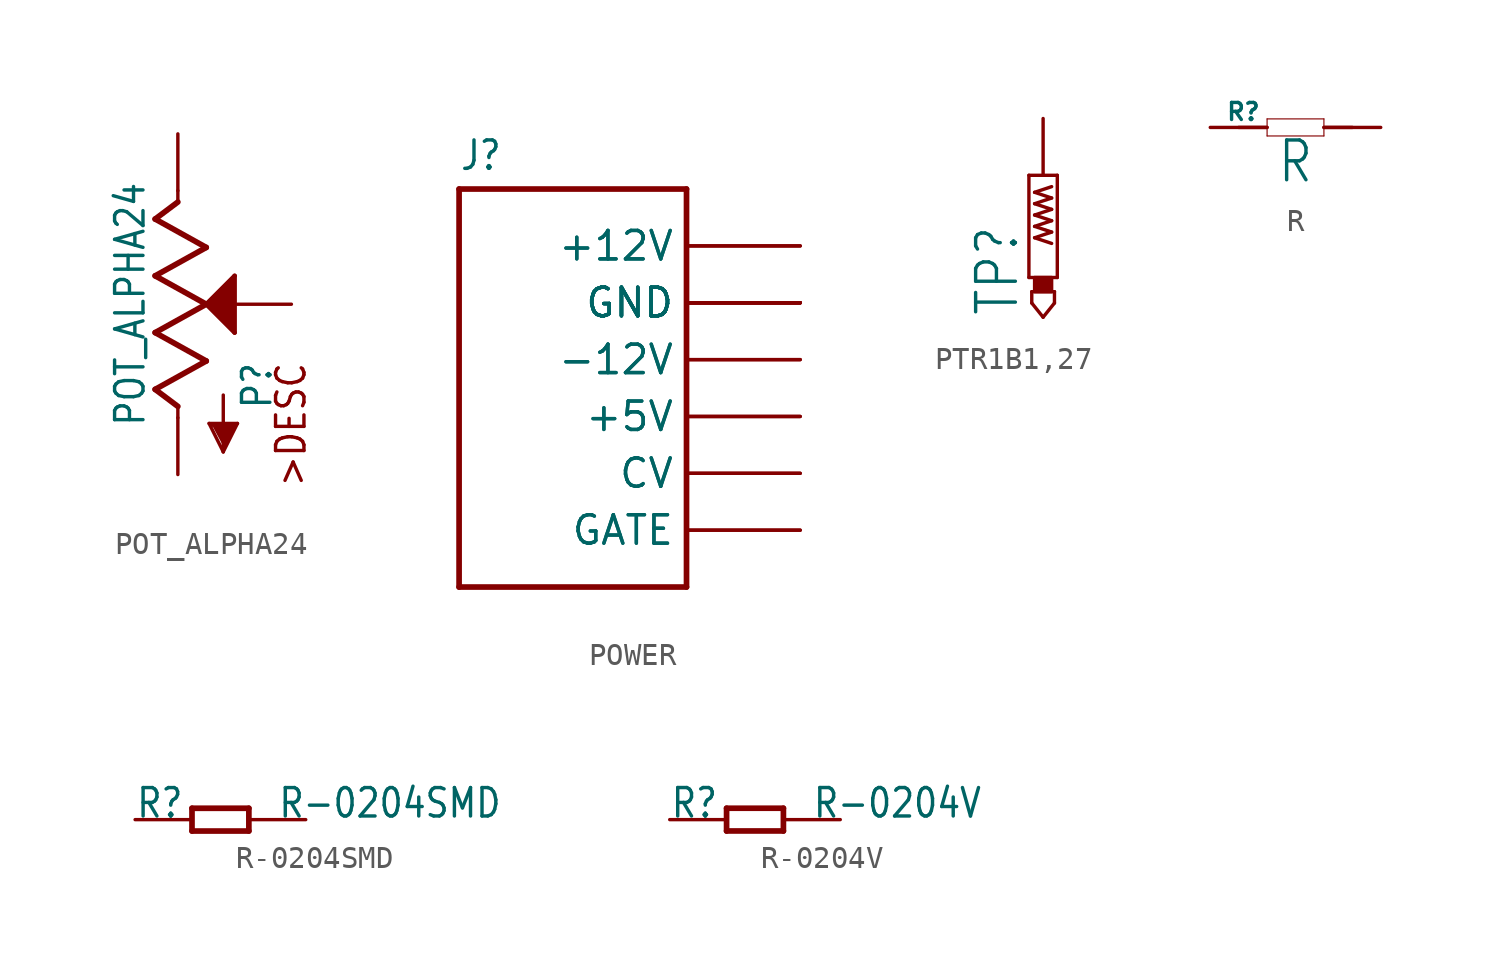
<source format=kicad_sym>
(kicad_symbol_lib
  (version 20211014)
  (generator kicad_symbol_editor)
  (symbol "POT_ALPHA24"
    (property "Reference" "P"
      (at 2.794 -2.54 90)
      (effects (font (size 1.27 1.079)) (justify right top)))
    (property "Value" "POT_ALPHA24"
      (at -1.397 0 90)
      (effects (font (size 1.27 1.079)) (justify bottom)))
    (property "ki_locked" ""
      (at 0 0 0)
      (effects (font (size 1.27 1.27))))
    (symbol "POT_ALPHA24_1_0"
      (polyline (pts (xy -1.016 -3.81) (xy 1.27 -2.54)) (stroke (width 0.254) (type default) (color 0 0 0 0)) (fill (type none)))
      (polyline (pts (xy -1.016 -1.27) (xy 1.27 0)) (stroke (width 0.254) (type default) (color 0 0 0 0)) (fill (type none)))
      (polyline (pts (xy -1.016 1.27) (xy 1.27 2.54)) (stroke (width 0.254) (type default) (color 0 0 0 0)) (fill (type none)))
      (polyline (pts (xy -1.016 3.81) (xy 0 4.572)) (stroke (width 0.254) (type default) (color 0 0 0 0)) (fill (type none)))
      (polyline (pts (xy 0 -5.08) (xy 0 -4.572)) (stroke (width 0.152) (type default) (color 0 0 0 0)) (fill (type none)))
      (polyline (pts (xy 0 -4.572) (xy -1.016 -3.81)) (stroke (width 0.254) (type default) (color 0 0 0 0)) (fill (type none)))
      (polyline (pts (xy 0 4.572) (xy 0 5.08)) (stroke (width 0.152) (type default) (color 0 0 0 0)) (fill (type none)))
      (polyline (pts (xy 1.27 -2.54) (xy -1.016 -1.27)) (stroke (width 0.254) (type default) (color 0 0 0 0)) (fill (type none)))
      (polyline (pts (xy 1.27 0) (xy -1.016 1.27)) (stroke (width 0.254) (type default) (color 0 0 0 0)) (fill (type none)))
      (polyline (pts (xy 1.27 0) (xy 2.54 1.27)) (stroke (width 0.203) (type default) (color 0 0 0 0)) (fill (type none)))
      (polyline (pts (xy 1.27 2.54) (xy -1.016 3.81)) (stroke (width 0.254) (type default) (color 0 0 0 0)) (fill (type none)))
      (polyline (pts (xy 1.397 -5.334) (xy 2.032 -6.604)) (stroke (width 0.152) (type default) (color 0 0 0 0)) (fill (type none)))
      (polyline (pts (xy 2.032 -6.604) (xy 2.667 -5.334)) (stroke (width 0.152) (type default) (color 0 0 0 0)) (fill (type none)))
      (polyline (pts (xy 2.032 -4.064) (xy 2.032 -6.604)) (stroke (width 0.152) (type default) (color 0 0 0 0)) (fill (type none)))
      (polyline (pts (xy 2.54 -1.27) (xy 1.27 0)) (stroke (width 0.203) (type default) (color 0 0 0 0)) (fill (type none)))
      (polyline (pts (xy 2.54 1.27) (xy 2.54 -1.27)) (stroke (width 0.203) (type default) (color 0 0 0 0)) (fill (type none)))
      (polyline (pts (xy 2.667 -5.334) (xy 1.397 -5.334)) (stroke (width 0.152) (type default) (color 0 0 0 0)) (fill (type none)))
      (polyline (pts (xy 1.524 -5.41) (xy 2.54 -5.41) (xy 2.032 -6.35)) (stroke (width 0) (type default) (color 0 0 0 0)) (fill (type outline)))
      (polyline (pts (xy 2.54 1.27) (xy 1.27 0) (xy 2.54 -1.27)) (stroke (width 0) (type default) (color 0 0 0 0)) (fill (type outline)))
      (text ">DESC" (at 4.318 -2.54 900) (effects (font (size 1.27 1.079)) (justify right top)))
      (pin passive line (at 0 7.62 270) (length 2.54) (name "E" (effects (font (size 0 0)))) (number "P$1" (effects (font (size 0 0)))))
      (pin passive line (at 5.08 0 180) (length 2.54) (name "S" (effects (font (size 0 0)))) (number "P$2" (effects (font (size 0 0)))))
      (pin passive line (at 0 -7.62 90) (length 2.54) (name "A" (effects (font (size 0 0)))) (number "P$3" (effects (font (size 0 0)))))))
  (symbol "POWER"
    (property "Reference" "J"
      (at -5.08 8.382 0)
      (effects (font (size 1.27 1.079)) (justify left bottom)))
    (property "ki_locked" ""
      (at 0 0 0)
      (effects (font (size 1.27 1.27))))
    (symbol "POWER_1_0"
      (polyline (pts (xy -5.08 -10.16) (xy 5.08 -10.16)) (stroke (width 0.254) (type default) (color 0 0 0 0)) (fill (type none)))
      (polyline (pts (xy -5.08 7.62) (xy -5.08 -10.16)) (stroke (width 0.254) (type default) (color 0 0 0 0)) (fill (type none)))
      (polyline (pts (xy 5.08 -10.16) (xy 5.08 7.62)) (stroke (width 0.254) (type default) (color 0 0 0 0)) (fill (type none)))
      (polyline (pts (xy 5.08 7.62) (xy -5.08 7.62)) (stroke (width 0.254) (type default) (color 0 0 0 0)) (fill (type none)))
      (pin bidirectional line (at 10.16 0 180) (length 5.08) (name "-12V" (effects (font (size 1.27 1.27)))) (number "1" (effects (font (size 0 0)))))
      (pin bidirectional line (at 10.16 5.08 180) (length 5.08) (name "+12V" (effects (font (size 1.27 1.27)))) (number "10" (effects (font (size 0 0)))))
      (pin bidirectional line (at 10.16 -2.54 180) (length 5.08) (name "+5V" (effects (font (size 1.27 1.27)))) (number "11" (effects (font (size 0 0)))))
      (pin bidirectional line (at 10.16 -2.54 180) (length 5.08) (name "+5V" (effects (font (size 1.27 1.27)))) (number "12" (effects (font (size 0 0)))))
      (pin bidirectional line (at 10.16 -5.08 180) (length 5.08) (name "CV" (effects (font (size 1.27 1.27)))) (number "13" (effects (font (size 0 0)))))
      (pin bidirectional line (at 10.16 -5.08 180) (length 5.08) (name "CV" (effects (font (size 1.27 1.27)))) (number "14" (effects (font (size 0 0)))))
      (pin bidirectional line (at 10.16 -7.62 180) (length 5.08) (name "GATE" (effects (font (size 1.27 1.27)))) (number "15" (effects (font (size 0 0)))))
      (pin bidirectional line (at 10.16 -7.62 180) (length 5.08) (name "GATE" (effects (font (size 1.27 1.27)))) (number "16" (effects (font (size 0 0)))))
      (pin bidirectional line (at 10.16 0 180) (length 5.08) (name "-12V" (effects (font (size 1.27 1.27)))) (number "2" (effects (font (size 0 0)))))
      (pin bidirectional line (at 10.16 2.54 180) (length 5.08) (name "GND" (effects (font (size 1.27 1.27)))) (number "3" (effects (font (size 0 0)))))
      (pin bidirectional line (at 10.16 2.54 180) (length 5.08) (name "GND" (effects (font (size 1.27 1.27)))) (number "4" (effects (font (size 0 0)))))
      (pin bidirectional line (at 10.16 2.54 180) (length 5.08) (name "GND" (effects (font (size 1.27 1.27)))) (number "5" (effects (font (size 0 0)))))
      (pin bidirectional line (at 10.16 2.54 180) (length 5.08) (name "GND" (effects (font (size 1.27 1.27)))) (number "6" (effects (font (size 0 0)))))
      (pin bidirectional line (at 10.16 2.54 180) (length 5.08) (name "GND" (effects (font (size 1.27 1.27)))) (number "7" (effects (font (size 0 0)))))
      (pin bidirectional line (at 10.16 2.54 180) (length 5.08) (name "GND" (effects (font (size 1.27 1.27)))) (number "8" (effects (font (size 0 0)))))
      (pin bidirectional line (at 10.16 5.08 180) (length 5.08) (name "+12V" (effects (font (size 1.27 1.27)))) (number "9" (effects (font (size 0 0)))))))
  (symbol "PTR1B1,27"
    (property "Reference" "TP"
      (at -1.016 -6.35 90)
      (effects (font (size 1.778 1.511)) (justify left bottom)))
    (property "ki_locked" ""
      (at 0 0 0)
      (effects (font (size 1.27 1.27))))
    (symbol "PTR1B1,27_1_0"
      (rectangle (start -0.381 -5.207) (end 0.381 -4.572) (stroke (width 0) (type default) (color 0 0 0 0)) (fill (type outline)))
      (polyline (pts (xy -0.635 0) (xy -0.635 -4.572)) (stroke (width 0.152) (type default) (color 0 0 0 0)) (fill (type none)))
      (polyline (pts (xy -0.508 -5.715) (xy 0 -6.35)) (stroke (width 0.152) (type default) (color 0 0 0 0)) (fill (type none)))
      (polyline (pts (xy -0.508 -5.207) (xy -0.508 -5.715)) (stroke (width 0.152) (type default) (color 0 0 0 0)) (fill (type none)))
      (polyline (pts (xy -0.381 -2.794) (xy 0.381 -2.54)) (stroke (width 0.152) (type default) (color 0 0 0 0)) (fill (type none)))
      (polyline (pts (xy -0.381 -2.286) (xy 0.381 -2.032)) (stroke (width 0.152) (type default) (color 0 0 0 0)) (fill (type none)))
      (polyline (pts (xy -0.381 -1.778) (xy 0.381 -1.524)) (stroke (width 0.152) (type default) (color 0 0 0 0)) (fill (type none)))
      (polyline (pts (xy -0.381 -1.27) (xy 0.381 -1.016)) (stroke (width 0.152) (type default) (color 0 0 0 0)) (fill (type none)))
      (polyline (pts (xy -0.381 -0.762) (xy 0.381 -0.508)) (stroke (width 0.152) (type default) (color 0 0 0 0)) (fill (type none)))
      (polyline (pts (xy 0 -6.35) (xy 0.508 -5.715)) (stroke (width 0.152) (type default) (color 0 0 0 0)) (fill (type none)))
      (polyline (pts (xy 0.381 -3.048) (xy -0.381 -2.794)) (stroke (width 0.152) (type default) (color 0 0 0 0)) (fill (type none)))
      (polyline (pts (xy 0.381 -2.54) (xy -0.381 -2.286)) (stroke (width 0.152) (type default) (color 0 0 0 0)) (fill (type none)))
      (polyline (pts (xy 0.381 -2.032) (xy -0.381 -1.778)) (stroke (width 0.152) (type default) (color 0 0 0 0)) (fill (type none)))
      (polyline (pts (xy 0.381 -1.524) (xy -0.381 -1.27)) (stroke (width 0.152) (type default) (color 0 0 0 0)) (fill (type none)))
      (polyline (pts (xy 0.381 -1.016) (xy -0.381 -0.762)) (stroke (width 0.152) (type default) (color 0 0 0 0)) (fill (type none)))
      (polyline (pts (xy 0.508 -5.715) (xy 0.508 -5.207)) (stroke (width 0.152) (type default) (color 0 0 0 0)) (fill (type none)))
      (polyline (pts (xy 0.508 -5.207) (xy -0.508 -5.207)) (stroke (width 0.152) (type default) (color 0 0 0 0)) (fill (type none)))
      (polyline (pts (xy 0.635 -4.572) (xy -0.635 -4.572)) (stroke (width 0.152) (type default) (color 0 0 0 0)) (fill (type none)))
      (polyline (pts (xy 0.635 -4.572) (xy 0.635 0)) (stroke (width 0.152) (type default) (color 0 0 0 0)) (fill (type none)))
      (polyline (pts (xy 0.635 0) (xy -0.635 0)) (stroke (width 0.152) (type default) (color 0 0 0 0)) (fill (type none)))
      (pin input line (at 0 2.54 270) (length 2.54) (name "TP" (effects (font (size 0 0)))) (number "TP" (effects (font (size 0 0)))))))
  (symbol "R"
    (property "Reference" "R"
      (at -1.524 0.254 0)
      (effects (font (size 0.762 0.762)) (justify right bottom)))
    (property "Value" "R"
      (at 0 -1.524 0)
      (effects (font (size 1.778 1.511))))
    (property "ki_locked" ""
      (at 0 0 0)
      (effects (font (size 1.27 1.27))))
    (symbol "R_1_0"
      (polyline (pts (xy -1.27 -0.381) (xy -1.27 0)) (stroke (width 0.051) (type default) (color 0 0 0 0)) (fill (type none)))
      (polyline (pts (xy -1.27 0) (xy -2.54 0)) (stroke (width 0.152) (type default) (color 0 0 0 0)) (fill (type none)))
      (polyline (pts (xy -1.27 0.381) (xy -1.27 0)) (stroke (width 0.051) (type default) (color 0 0 0 0)) (fill (type none)))
      (polyline (pts (xy -1.27 0.381) (xy 1.27 0.381)) (stroke (width 0.051) (type default) (color 0 0 0 0)) (fill (type none)))
      (polyline (pts (xy 1.27 -0.381) (xy -1.27 -0.381)) (stroke (width 0.051) (type default) (color 0 0 0 0)) (fill (type none)))
      (polyline (pts (xy 1.27 0) (xy 1.27 -0.381)) (stroke (width 0.051) (type default) (color 0 0 0 0)) (fill (type none)))
      (polyline (pts (xy 1.27 0) (xy 2.54 0)) (stroke (width 0.152) (type default) (color 0 0 0 0)) (fill (type none)))
      (polyline (pts (xy 1.27 0.381) (xy 1.27 0)) (stroke (width 0.051) (type default) (color 0 0 0 0)) (fill (type none)))
      (pin bidirectional line (at -3.81 0 0) (length 2.54) (name "1" (effects (font (size 0 0)))) (number "1" (effects (font (size 0 0)))))
      (pin bidirectional line (at 3.81 0 180) (length 2.54) (name "2" (effects (font (size 0 0)))) (number "2" (effects (font (size 0 0)))))))
  (symbol "R-0204SMD"
    (property "Reference" "R"
      (at -3.81 0 0)
      (effects (font (size 1.27 1.079)) (justify left bottom)))
    (property "Value" "R-0204SMD"
      (at 2.54 0 0)
      (effects (font (size 1.27 1.079)) (justify left bottom)))
    (property "ki_locked" ""
      (at 0 0 0)
      (effects (font (size 1.27 1.27))))
    (symbol "R-0204SMD_1_0"
      (polyline (pts (xy -1.27 -0.508) (xy -1.27 0.508)) (stroke (width 0.254) (type default) (color 0 0 0 0)) (fill (type none)))
      (polyline (pts (xy -1.27 0.508) (xy 1.27 0.508)) (stroke (width 0.254) (type default) (color 0 0 0 0)) (fill (type none)))
      (polyline (pts (xy 1.27 -0.508) (xy -1.27 -0.508)) (stroke (width 0.254) (type default) (color 0 0 0 0)) (fill (type none)))
      (polyline (pts (xy 1.27 0.508) (xy 1.27 -0.508)) (stroke (width 0.254) (type default) (color 0 0 0 0)) (fill (type none)))
      (pin passive line (at -3.81 0 0) (length 2.54) (name "1" (effects (font (size 0 0)))) (number "1" (effects (font (size 0 0)))))
      (pin passive line (at 3.81 0 180) (length 2.54) (name "2" (effects (font (size 0 0)))) (number "2" (effects (font (size 0 0)))))))
  (symbol "R-0204V"
    (property "Reference" "R"
      (at -3.81 0 0)
      (effects (font (size 1.27 1.079)) (justify left bottom)))
    (property "Value" "R-0204V"
      (at 2.54 0 0)
      (effects (font (size 1.27 1.079)) (justify left bottom)))
    (property "ki_locked" ""
      (at 0 0 0)
      (effects (font (size 1.27 1.27))))
    (symbol "R-0204V_1_0"
      (polyline (pts (xy -1.27 -0.508) (xy -1.27 0.508)) (stroke (width 0.254) (type default) (color 0 0 0 0)) (fill (type none)))
      (polyline (pts (xy -1.27 0.508) (xy 1.27 0.508)) (stroke (width 0.254) (type default) (color 0 0 0 0)) (fill (type none)))
      (polyline (pts (xy 1.27 -0.508) (xy -1.27 -0.508)) (stroke (width 0.254) (type default) (color 0 0 0 0)) (fill (type none)))
      (polyline (pts (xy 1.27 0.508) (xy 1.27 -0.508)) (stroke (width 0.254) (type default) (color 0 0 0 0)) (fill (type none)))
      (pin passive line (at -3.81 0 0) (length 2.54) (name "1" (effects (font (size 0 0)))) (number "1" (effects (font (size 0 0)))))
      (pin passive line (at 3.81 0 180) (length 2.54) (name "2" (effects (font (size 0 0)))) (number "2" (effects (font (size 0 0))))))))
</source>
